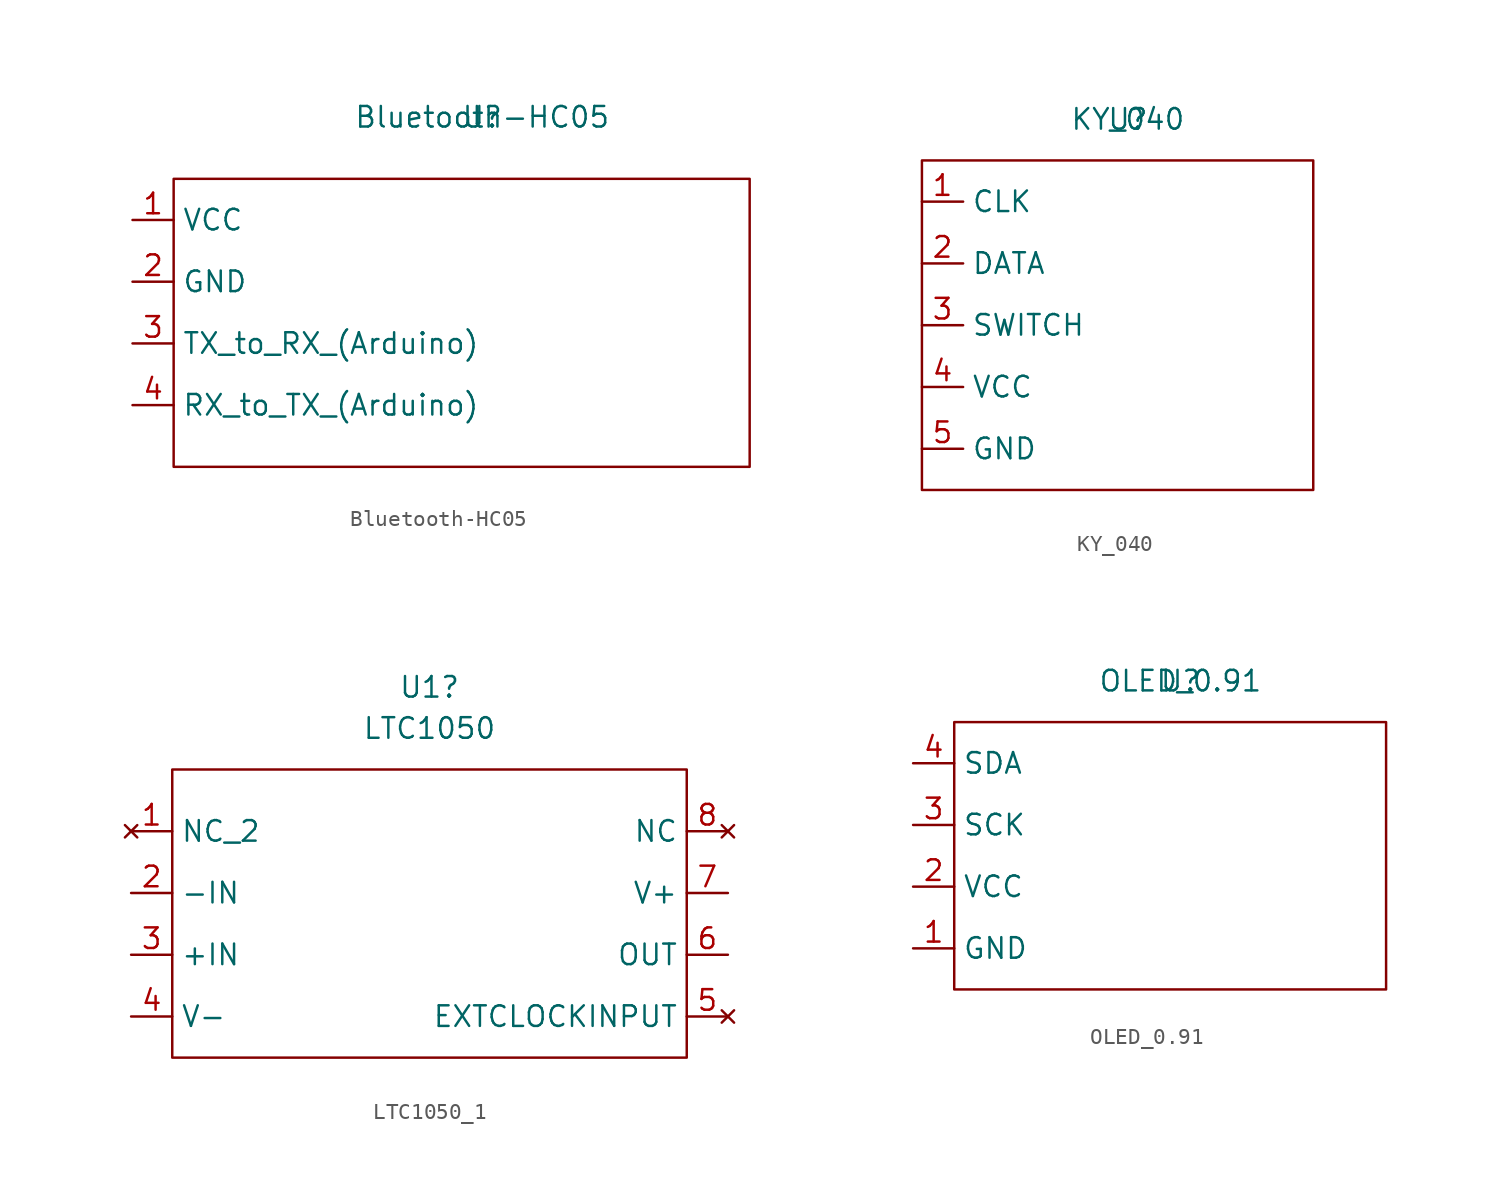
<source format=kicad_sym>
(kicad_symbol_lib
  (version 20211014)
  (generator kicad_symbol_editor)
  (symbol "Bluetooth-HC05"
    (property "Reference" "U"
      (at 0 0 0)
      (effects (font (size 1.27 1.27))))
    (property "Value" "Bluetooth-HC05"
      (at 0 0 0)
      (effects (font (size 1.27 1.27))))
    (symbol "Bluetooth-HC05_0_1"
      (rectangle (start -19.05 -3.81) (end 16.51 -21.59) (stroke (width 0) (type default) (color 0 0 0 0)) (fill (type none))))
    (symbol "Bluetooth-HC05_1_1"
      (pin input line (at -21.59 -6.35 0) (length 2.54) (name "VCC" (effects (font (size 1.27 1.27)))) (number "1" (effects (font (size 1.27 1.27)))))
      (pin input line (at -21.59 -10.16 0) (length 2.54) (name "GND" (effects (font (size 1.27 1.27)))) (number "2" (effects (font (size 1.27 1.27)))))
      (pin input line (at -21.59 -13.97 0) (length 2.54) (name "TX_to_RX_(Arduino)" (effects (font (size 1.27 1.27)))) (number "3" (effects (font (size 1.27 1.27)))))
      (pin input line (at -21.59 -17.78 0) (length 2.54) (name "RX_to_TX_(Arduino)" (effects (font (size 1.27 1.27)))) (number "4" (effects (font (size 1.27 1.27)))))))
  (symbol "KY_040"
    (property "Reference" "U"
      (at 0 0 0)
      (effects (font (size 1.27 1.27))))
    (property "Value" "KY_040"
      (at 0 0 0)
      (effects (font (size 1.27 1.27))))
    (symbol "KY_040_0_1"
      (rectangle (start -12.7 -2.54) (end 11.43 -22.86) (stroke (width 0) (type default) (color 0 0 0 0)) (fill (type none))))
    (symbol "KY_040_1_1"
      (pin input line (at -12.7 -5.08 0) (length 2.54) (name "CLK" (effects (font (size 1.27 1.27)))) (number "1" (effects (font (size 1.27 1.27)))))
      (pin input line (at -12.7 -8.89 0) (length 2.54) (name "DATA" (effects (font (size 1.27 1.27)))) (number "2" (effects (font (size 1.27 1.27)))))
      (pin input line (at -12.7 -12.7 0) (length 2.54) (name "SWITCH" (effects (font (size 1.27 1.27)))) (number "3" (effects (font (size 1.27 1.27)))))
      (pin input line (at -12.7 -16.51 0) (length 2.54) (name "VCC" (effects (font (size 1.27 1.27)))) (number "4" (effects (font (size 1.27 1.27)))))
      (pin input line (at -12.7 -20.32 0) (length 2.54) (name "GND" (effects (font (size 1.27 1.27)))) (number "5" (effects (font (size 1.27 1.27)))))))
  (symbol "LTC1050_1"
    (property "Reference" "U1"
      (at -0.635 2.54 0)
      (effects (font (size 1.27 1.27))))
    (property "Value" "LTC1050"
      (at -0.635 0 0)
      (effects (font (size 1.27 1.27))))
    (symbol "LTC1050_1_0_1"
      (rectangle (start -16.51 -2.54) (end 15.24 -20.32) (stroke (width 0) (type default) (color 0 0 0 0)) (fill (type none))))
    (symbol "LTC1050_1_1_1"
      (pin no_connect line (at -19.05 -6.35 0) (length 2.54) (name "NC_2" (effects (font (size 1.27 1.27)))) (number "1" (effects (font (size 1.27 1.27)))))
      (pin input line (at -19.05 -10.16 0) (length 2.54) (name "-IN" (effects (font (size 1.27 1.27)))) (number "2" (effects (font (size 1.27 1.27)))))
      (pin input line (at -19.05 -13.97 0) (length 2.54) (name "+IN" (effects (font (size 1.27 1.27)))) (number "3" (effects (font (size 1.27 1.27)))))
      (pin input line (at -19.05 -17.78 0) (length 2.54) (name "V-" (effects (font (size 1.27 1.27)))) (number "4" (effects (font (size 1.27 1.27)))))
      (pin no_connect line (at 17.78 -17.78 180) (length 2.54) (name "EXTCLOCKINPUT" (effects (font (size 1.27 1.27)))) (number "5" (effects (font (size 1.27 1.27)))))
      (pin output line (at 17.78 -13.97 180) (length 2.54) (name "OUT" (effects (font (size 1.27 1.27)))) (number "6" (effects (font (size 1.27 1.27)))))
      (pin output line (at 17.78 -10.16 180) (length 2.54) (name "V+" (effects (font (size 1.27 1.27)))) (number "7" (effects (font (size 1.27 1.27)))))
      (pin no_connect line (at 17.78 -6.35 180) (length 2.54) (name "NC" (effects (font (size 1.27 1.27)))) (number "8" (effects (font (size 1.27 1.27)))))))
  (symbol "OLED_0.91"
    (property "Reference" "U"
      (at 0 0 0)
      (effects (font (size 1.27 1.27))))
    (property "Value" "OLED_0.91"
      (at 0 0 0)
      (effects (font (size 1.27 1.27))))
    (symbol "OLED_0.91_0_1"
      (rectangle (start -13.97 -2.54) (end 12.7 -19.05) (stroke (width 0) (type default) (color 0 0 0 0)) (fill (type none))))
    (symbol "OLED_0.91_1_1"
      (pin input line (at -16.51 -16.51 0) (length 2.54) (name "GND" (effects (font (size 1.27 1.27)))) (number "1" (effects (font (size 1.27 1.27)))))
      (pin input line (at -16.51 -12.7 0) (length 2.54) (name "VCC" (effects (font (size 1.27 1.27)))) (number "2" (effects (font (size 1.27 1.27)))))
      (pin input line (at -16.51 -8.89 0) (length 2.54) (name "SCK" (effects (font (size 1.27 1.27)))) (number "3" (effects (font (size 1.27 1.27)))))
      (pin input line (at -16.51 -5.08 0) (length 2.54) (name "SDA" (effects (font (size 1.27 1.27)))) (number "4" (effects (font (size 1.27 1.27))))))))
</source>
